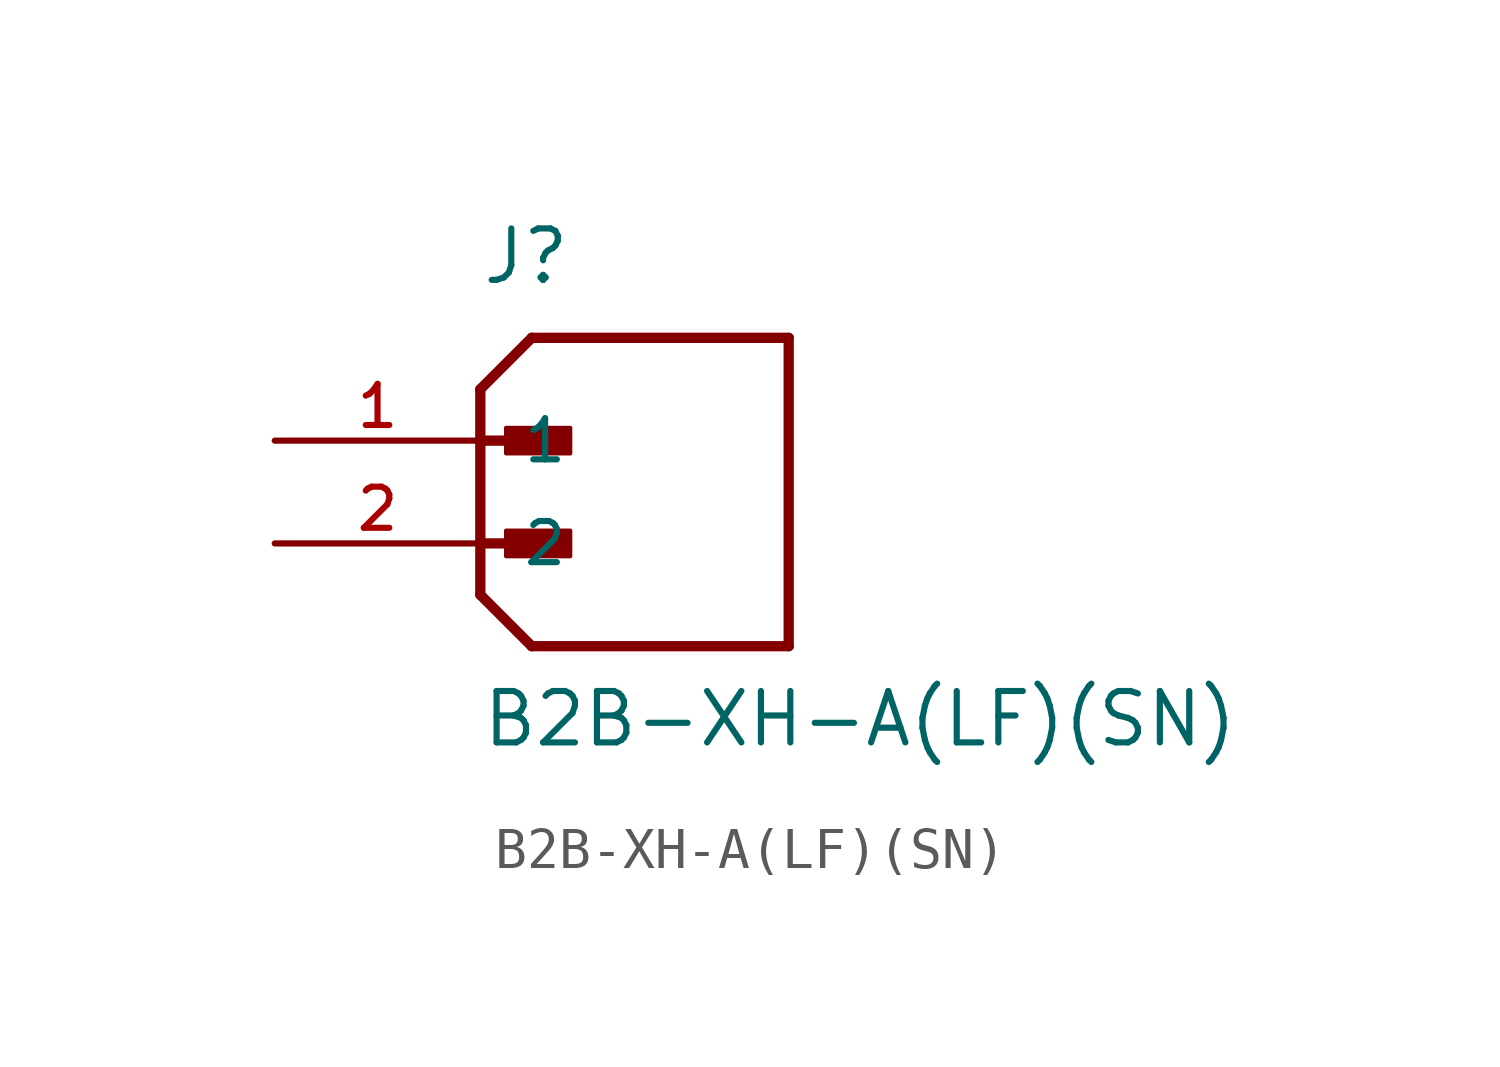
<source format=kicad_sym>
(kicad_symbol_lib
  (version 20211014)
  (generator kicad_symbol_editor)
  (symbol "B2B-XH-A(LF)(SN)"
    (pin_names
      (offset 1.016))
    (property "Reference" "J"
      (at 0.0 6.35 0)
      (effects (font (size 1.27 1.27)) (justify bottom left)))
    (property "Value" "B2B-XH-A(LF)(SN)"
      (at 0.0 -5.08 0)
      (effects (font (size 1.27 1.27)) (justify bottom left)))
    (symbol "B2B-XH-A(LF)(SN)_0_0"
      (polyline (pts (xy 0.0 3.81) (xy 1.27 5.08)) (stroke (width 0.254)))
      (polyline (pts (xy 0.0 3.81) (xy 0.0 2.54)) (stroke (width 0.254)))
      (polyline (pts (xy 0.0 2.54) (xy 0.0 -1.27)) (stroke (width 0.254)))
      (polyline (pts (xy 0.0 -1.27) (xy 1.27 -2.54)) (stroke (width 0.254)))
      (polyline (pts (xy 1.27 -2.54) (xy 7.62 -2.54)) (stroke (width 0.254)))
      (polyline (pts (xy 7.62 -2.54) (xy 7.62 5.08)) (stroke (width 0.254)))
      (polyline (pts (xy 7.62 5.08) (xy 1.27 5.08)) (stroke (width 0.254)))
      (polyline (pts (xy 0.0 2.54) (xy 1.905 2.54)) (stroke (width 0.254)))
      (rectangle (start 0.635 2.223) (end 2.223 2.857) (stroke (width 0.1)) (fill (type outline)))
      (polyline (pts (xy 0.0 0.0) (xy 1.905 0.0)) (stroke (width 0.254)))
      (rectangle (start 0.635 -0.318) (end 2.223 0.318) (stroke (width 0.1)) (fill (type outline)))
      (pin passive line (at -5.08 2.54 0) (length 5.08) (name "1" (effects (font (size 1.016 1.016)))) (number "1" (effects (font (size 1.016 1.016)))))
      (pin passive line (at -5.08 0.0 0) (length 5.08) (name "2" (effects (font (size 1.016 1.016)))) (number "2" (effects (font (size 1.016 1.016))))))))
</source>
